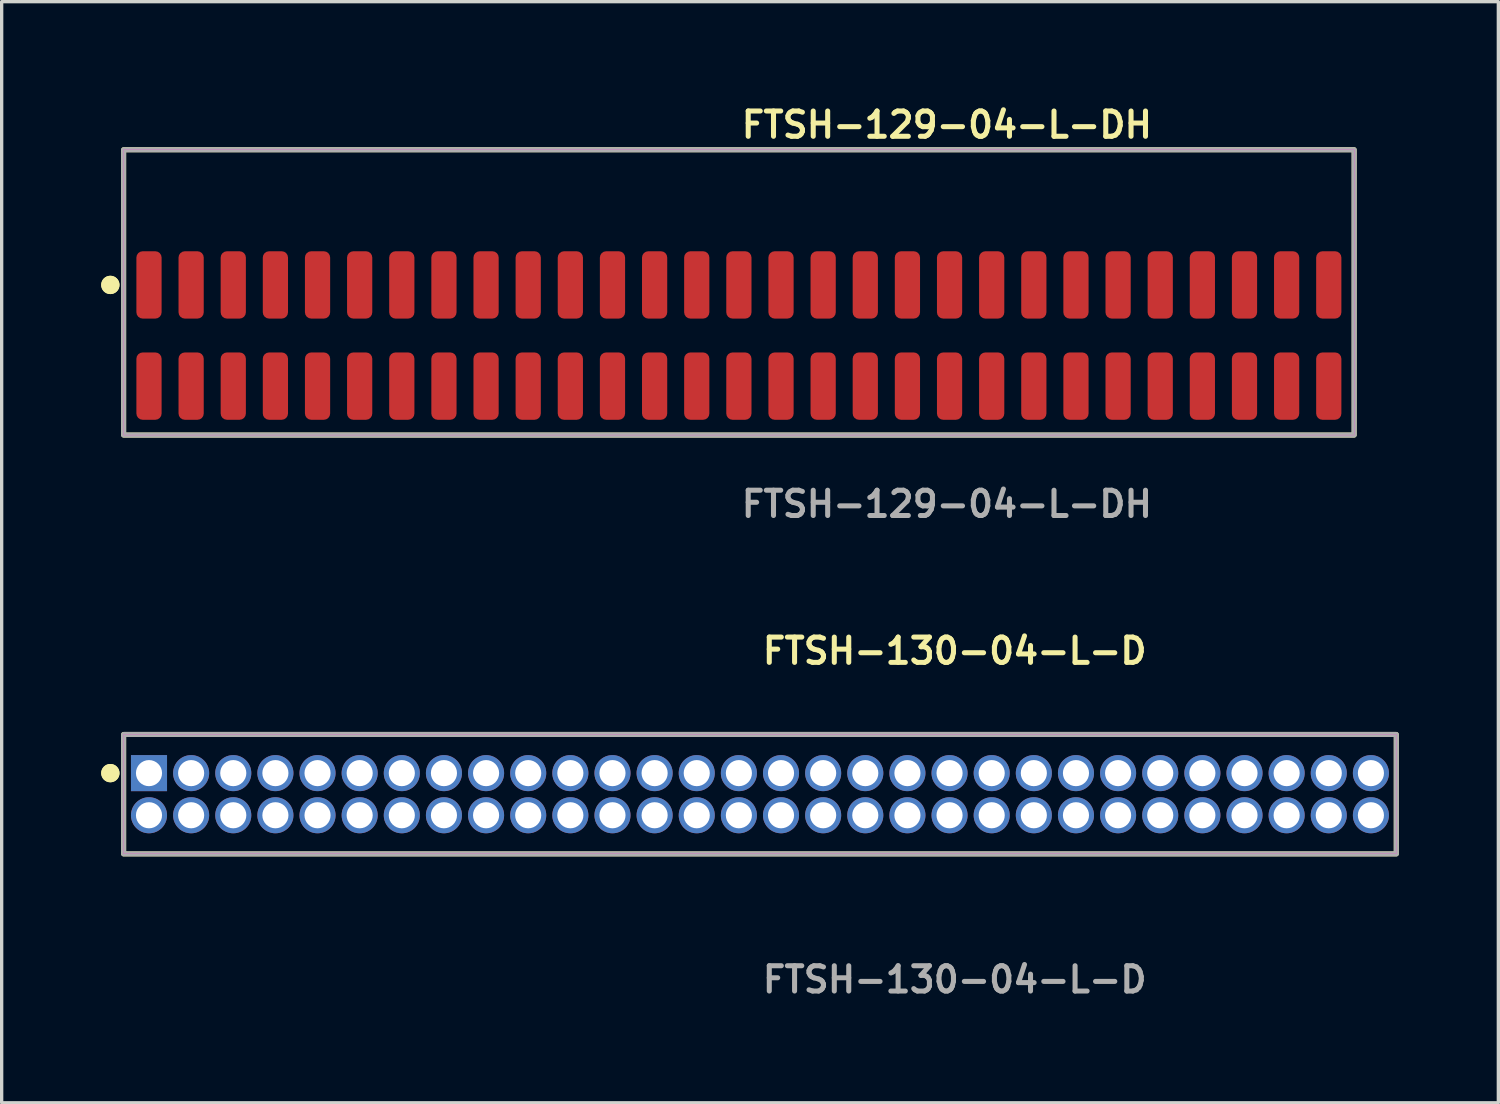
<source format=kicad_pcb>
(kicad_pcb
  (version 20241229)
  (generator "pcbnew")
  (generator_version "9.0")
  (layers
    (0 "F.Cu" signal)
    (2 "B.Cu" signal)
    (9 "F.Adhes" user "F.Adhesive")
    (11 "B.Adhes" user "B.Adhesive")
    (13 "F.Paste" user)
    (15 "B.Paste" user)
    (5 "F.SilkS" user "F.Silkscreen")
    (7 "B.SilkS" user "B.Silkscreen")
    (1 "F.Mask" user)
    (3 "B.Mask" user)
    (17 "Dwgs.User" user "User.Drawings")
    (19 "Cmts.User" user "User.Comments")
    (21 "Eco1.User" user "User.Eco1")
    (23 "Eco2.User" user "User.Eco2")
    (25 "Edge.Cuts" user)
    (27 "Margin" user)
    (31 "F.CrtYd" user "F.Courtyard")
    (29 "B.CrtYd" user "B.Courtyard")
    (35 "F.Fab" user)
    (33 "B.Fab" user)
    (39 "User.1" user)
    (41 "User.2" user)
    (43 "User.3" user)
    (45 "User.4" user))
  (footprint "FTSH-129-04-L-DH"
    (layer "F.Cu")
    (at 19.221 7.063)
    (property "Reference" "FTSH-129-04-L-DH" (at 0 -6.35 0) (unlocked yes) (layer "F.SilkS") (effects (font (size 0.762 0.762) (thickness 0.152)) (justify left)))
    (fp_rect (start -18.545 3) (end 18.545 -5.6) (stroke (width 0.152) (type solid)) (fill no) (layer "F.SilkS"))
    (fp_circle (center -18.945 -1.525) (end -19.145 -1.525) (stroke (width 0.152) (type solid)) (fill yes) (layer "F.SilkS"))
    (fp_circle (center -18.945 -1.525) (end -19.145 -1.525) (stroke (width 0.152) (type solid)) (fill yes) (layer "F.SilkS"))
    (fp_rect (start -18.545 3) (end 18.545 -5.6) (stroke (width 0.006) (type solid)) (fill no) (layer "F.CrtYd"))
    (fp_rect (start -18.545 3) (end 18.545 -5.6) (stroke (width 0.152) (type solid)) (fill no) (layer "F.Fab"))
    (fp_text user "${REFERENCE}" (at 0 5.08 0) (unlocked yes) (layer "F.Fab") (effects (font (size 0.762 0.762) (thickness 0.152)) (justify left)))
    (pad "1" smd roundrect (at -17.78 -1.525) (size 0.76 2.03) (layers "F.Cu" "F.Paste") (roundrect_rratio 0.25))
    (pad "2" smd roundrect (at -17.78 1.525) (size 0.76 2.03) (layers "F.Cu" "F.Paste") (roundrect_rratio 0.25))
    (pad "3" smd roundrect (at -16.51 -1.525) (size 0.76 2.03) (layers "F.Cu" "F.Paste") (roundrect_rratio 0.25))
    (pad "4" smd roundrect (at -16.51 1.525) (size 0.76 2.03) (layers "F.Cu" "F.Paste") (roundrect_rratio 0.25))
    (pad "5" smd roundrect (at -15.24 -1.525) (size 0.76 2.03) (layers "F.Cu" "F.Paste") (roundrect_rratio 0.25))
    (pad "6" smd roundrect (at -15.24 1.525) (size 0.76 2.03) (layers "F.Cu" "F.Paste") (roundrect_rratio 0.25))
    (pad "7" smd roundrect (at -13.97 -1.525) (size 0.76 2.03) (layers "F.Cu" "F.Paste") (roundrect_rratio 0.25))
    (pad "8" smd roundrect (at -13.97 1.525) (size 0.76 2.03) (layers "F.Cu" "F.Paste") (roundrect_rratio 0.25))
    (pad "9" smd roundrect (at -12.7 -1.525) (size 0.76 2.03) (layers "F.Cu" "F.Paste") (roundrect_rratio 0.25))
    (pad "10" smd roundrect (at -12.7 1.525) (size 0.76 2.03) (layers "F.Cu" "F.Paste") (roundrect_rratio 0.25))
    (pad "11" smd roundrect (at -11.43 -1.525) (size 0.76 2.03) (layers "F.Cu" "F.Paste") (roundrect_rratio 0.25))
    (pad "12" smd roundrect (at -11.43 1.525) (size 0.76 2.03) (layers "F.Cu" "F.Paste") (roundrect_rratio 0.25))
    (pad "13" smd roundrect (at -10.16 -1.525) (size 0.76 2.03) (layers "F.Cu" "F.Paste") (roundrect_rratio 0.25))
    (pad "14" smd roundrect (at -10.16 1.525) (size 0.76 2.03) (layers "F.Cu" "F.Paste") (roundrect_rratio 0.25))
    (pad "15" smd roundrect (at -8.89 -1.525) (size 0.76 2.03) (layers "F.Cu" "F.Paste") (roundrect_rratio 0.25))
    (pad "16" smd roundrect (at -8.89 1.525) (size 0.76 2.03) (layers "F.Cu" "F.Paste") (roundrect_rratio 0.25))
    (pad "17" smd roundrect (at -7.62 -1.525) (size 0.76 2.03) (layers "F.Cu" "F.Paste") (roundrect_rratio 0.25))
    (pad "18" smd roundrect (at -7.62 1.525) (size 0.76 2.03) (layers "F.Cu" "F.Paste") (roundrect_rratio 0.25))
    (pad "19" smd roundrect (at -6.35 -1.525) (size 0.76 2.03) (layers "F.Cu" "F.Paste") (roundrect_rratio 0.25))
    (pad "20" smd roundrect (at -6.35 1.525) (size 0.76 2.03) (layers "F.Cu" "F.Paste") (roundrect_rratio 0.25))
    (pad "21" smd roundrect (at -5.08 -1.525) (size 0.76 2.03) (layers "F.Cu" "F.Paste") (roundrect_rratio 0.25))
    (pad "22" smd roundrect (at -5.08 1.525) (size 0.76 2.03) (layers "F.Cu" "F.Paste") (roundrect_rratio 0.25))
    (pad "23" smd roundrect (at -3.81 -1.525) (size 0.76 2.03) (layers "F.Cu" "F.Paste") (roundrect_rratio 0.25))
    (pad "24" smd roundrect (at -3.81 1.525) (size 0.76 2.03) (layers "F.Cu" "F.Paste") (roundrect_rratio 0.25))
    (pad "25" smd roundrect (at -2.54 -1.525) (size 0.76 2.03) (layers "F.Cu" "F.Paste") (roundrect_rratio 0.25))
    (pad "26" smd roundrect (at -2.54 1.525) (size 0.76 2.03) (layers "F.Cu" "F.Paste") (roundrect_rratio 0.25))
    (pad "27" smd roundrect (at -1.27 -1.525) (size 0.76 2.03) (layers "F.Cu" "F.Paste") (roundrect_rratio 0.25))
    (pad "28" smd roundrect (at -1.27 1.525) (size 0.76 2.03) (layers "F.Cu" "F.Paste") (roundrect_rratio 0.25))
    (pad "29" smd roundrect (at 0 -1.525) (size 0.76 2.03) (layers "F.Cu" "F.Paste") (roundrect_rratio 0.25))
    (pad "30" smd roundrect (at 0 1.525) (size 0.76 2.03) (layers "F.Cu" "F.Paste") (roundrect_rratio 0.25))
    (pad "31" smd roundrect (at 1.27 -1.525) (size 0.76 2.03) (layers "F.Cu" "F.Paste") (roundrect_rratio 0.25))
    (pad "32" smd roundrect (at 1.27 1.525) (size 0.76 2.03) (layers "F.Cu" "F.Paste") (roundrect_rratio 0.25))
    (pad "33" smd roundrect (at 2.54 -1.525) (size 0.76 2.03) (layers "F.Cu" "F.Paste") (roundrect_rratio 0.25))
    (pad "34" smd roundrect (at 2.54 1.525) (size 0.76 2.03) (layers "F.Cu" "F.Paste") (roundrect_rratio 0.25))
    (pad "35" smd roundrect (at 3.81 -1.525) (size 0.76 2.03) (layers "F.Cu" "F.Paste") (roundrect_rratio 0.25))
    (pad "36" smd roundrect (at 3.81 1.525) (size 0.76 2.03) (layers "F.Cu" "F.Paste") (roundrect_rratio 0.25))
    (pad "37" smd roundrect (at 5.08 -1.525) (size 0.76 2.03) (layers "F.Cu" "F.Paste") (roundrect_rratio 0.25))
    (pad "38" smd roundrect (at 5.08 1.525) (size 0.76 2.03) (layers "F.Cu" "F.Paste") (roundrect_rratio 0.25))
    (pad "39" smd roundrect (at 6.35 -1.525) (size 0.76 2.03) (layers "F.Cu" "F.Paste") (roundrect_rratio 0.25))
    (pad "40" smd roundrect (at 6.35 1.525) (size 0.76 2.03) (layers "F.Cu" "F.Paste") (roundrect_rratio 0.25))
    (pad "41" smd roundrect (at 7.62 -1.525) (size 0.76 2.03) (layers "F.Cu" "F.Paste") (roundrect_rratio 0.25))
    (pad "42" smd roundrect (at 7.62 1.525) (size 0.76 2.03) (layers "F.Cu" "F.Paste") (roundrect_rratio 0.25))
    (pad "43" smd roundrect (at 8.89 -1.525) (size 0.76 2.03) (layers "F.Cu" "F.Paste") (roundrect_rratio 0.25))
    (pad "44" smd roundrect (at 8.89 1.525) (size 0.76 2.03) (layers "F.Cu" "F.Paste") (roundrect_rratio 0.25))
    (pad "45" smd roundrect (at 10.16 -1.525) (size 0.76 2.03) (layers "F.Cu" "F.Paste") (roundrect_rratio 0.25))
    (pad "46" smd roundrect (at 10.16 1.525) (size 0.76 2.03) (layers "F.Cu" "F.Paste") (roundrect_rratio 0.25))
    (pad "47" smd roundrect (at 11.43 -1.525) (size 0.76 2.03) (layers "F.Cu" "F.Paste") (roundrect_rratio 0.25))
    (pad "48" smd roundrect (at 11.43 1.525) (size 0.76 2.03) (layers "F.Cu" "F.Paste") (roundrect_rratio 0.25))
    (pad "49" smd roundrect (at 12.7 -1.525) (size 0.76 2.03) (layers "F.Cu" "F.Paste") (roundrect_rratio 0.25))
    (pad "50" smd roundrect (at 12.7 1.525) (size 0.76 2.03) (layers "F.Cu" "F.Paste") (roundrect_rratio 0.25))
    (pad "51" smd roundrect (at 13.97 -1.525) (size 0.76 2.03) (layers "F.Cu" "F.Paste") (roundrect_rratio 0.25))
    (pad "52" smd roundrect (at 13.97 1.525) (size 0.76 2.03) (layers "F.Cu" "F.Paste") (roundrect_rratio 0.25))
    (pad "53" smd roundrect (at 15.24 -1.525) (size 0.76 2.03) (layers "F.Cu" "F.Paste") (roundrect_rratio 0.25))
    (pad "54" smd roundrect (at 15.24 1.525) (size 0.76 2.03) (layers "F.Cu" "F.Paste") (roundrect_rratio 0.25))
    (pad "55" smd roundrect (at 16.51 -1.525) (size 0.76 2.03) (layers "F.Cu" "F.Paste") (roundrect_rratio 0.25))
    (pad "56" smd roundrect (at 16.51 1.525) (size 0.76 2.03) (layers "F.Cu" "F.Paste") (roundrect_rratio 0.25))
    (pad "57" smd roundrect (at 17.78 -1.525) (size 0.76 2.03) (layers "F.Cu" "F.Paste") (roundrect_rratio 0.25))
    (pad "58" smd roundrect (at 17.78 1.525) (size 0.76 2.03) (layers "F.Cu" "F.Paste") (roundrect_rratio 0.25)))
  (footprint "FTSH-130-04-L-D"
    (layer "F.Cu")
    (at 19.856 20.888)
    (property "Reference" "FTSH-130-04-L-D" (at 0 -4.318 0) (unlocked yes) (layer "F.SilkS") (effects (font (size 0.762 0.762) (thickness 0.152)) (justify left)))
    (fp_rect (start -19.18 1.8) (end 19.18 -1.8) (stroke (width 0.152) (type solid)) (fill no) (layer "F.SilkS"))
    (fp_circle (center -19.58 -0.635) (end -19.78 -0.635) (stroke (width 0.152) (type solid)) (fill yes) (layer "F.SilkS"))
    (fp_circle (center -19.58 -0.635) (end -19.78 -0.635) (stroke (width 0.152) (type solid)) (fill yes) (layer "F.SilkS"))
    (fp_rect (start -19.18 1.8) (end 19.18 -1.8) (stroke (width 0.006) (type solid)) (fill no) (layer "F.CrtYd"))
    (fp_rect (start -19.18 1.8) (end 19.18 -1.8) (stroke (width 0.152) (type solid)) (fill no) (layer "F.Fab"))
    (fp_text user "${REFERENCE}" (at 0 5.588 0) (unlocked yes) (layer "F.Fab") (effects (font (size 0.762 0.762) (thickness 0.152)) (justify left)))
    (pad "1" thru_hole rect (at -18.415 -0.635) (size 1.087 1.087) (drill 0.787) (layers "*.Cu" "*.Mask"))
    (pad "2" thru_hole circle (at -18.415 0.635) (size 1.087 1.087) (drill 0.787) (layers "*.Cu" "*.Mask"))
    (pad "3" thru_hole circle (at -17.145 -0.635) (size 1.087 1.087) (drill 0.787) (layers "*.Cu" "*.Mask"))
    (pad "4" thru_hole circle (at -17.145 0.635) (size 1.087 1.087) (drill 0.787) (layers "*.Cu" "*.Mask"))
    (pad "5" thru_hole circle (at -15.875 -0.635) (size 1.087 1.087) (drill 0.787) (layers "*.Cu" "*.Mask"))
    (pad "6" thru_hole circle (at -15.875 0.635) (size 1.087 1.087) (drill 0.787) (layers "*.Cu" "*.Mask"))
    (pad "7" thru_hole circle (at -14.605 -0.635) (size 1.087 1.087) (drill 0.787) (layers "*.Cu" "*.Mask"))
    (pad "8" thru_hole circle (at -14.605 0.635) (size 1.087 1.087) (drill 0.787) (layers "*.Cu" "*.Mask"))
    (pad "9" thru_hole circle (at -13.335 -0.635) (size 1.087 1.087) (drill 0.787) (layers "*.Cu" "*.Mask"))
    (pad "10" thru_hole circle (at -13.335 0.635) (size 1.087 1.087) (drill 0.787) (layers "*.Cu" "*.Mask"))
    (pad "11" thru_hole circle (at -12.065 -0.635) (size 1.087 1.087) (drill 0.787) (layers "*.Cu" "*.Mask"))
    (pad "12" thru_hole circle (at -12.065 0.635) (size 1.087 1.087) (drill 0.787) (layers "*.Cu" "*.Mask"))
    (pad "13" thru_hole circle (at -10.795 -0.635) (size 1.087 1.087) (drill 0.787) (layers "*.Cu" "*.Mask"))
    (pad "14" thru_hole circle (at -10.795 0.635) (size 1.087 1.087) (drill 0.787) (layers "*.Cu" "*.Mask"))
    (pad "15" thru_hole circle (at -9.525 -0.635) (size 1.087 1.087) (drill 0.787) (layers "*.Cu" "*.Mask"))
    (pad "16" thru_hole circle (at -9.525 0.635) (size 1.087 1.087) (drill 0.787) (layers "*.Cu" "*.Mask"))
    (pad "17" thru_hole circle (at -8.255 -0.635) (size 1.087 1.087) (drill 0.787) (layers "*.Cu" "*.Mask"))
    (pad "18" thru_hole circle (at -8.255 0.635) (size 1.087 1.087) (drill 0.787) (layers "*.Cu" "*.Mask"))
    (pad "19" thru_hole circle (at -6.985 -0.635) (size 1.087 1.087) (drill 0.787) (layers "*.Cu" "*.Mask"))
    (pad "20" thru_hole circle (at -6.985 0.635) (size 1.087 1.087) (drill 0.787) (layers "*.Cu" "*.Mask"))
    (pad "21" thru_hole circle (at -5.715 -0.635) (size 1.087 1.087) (drill 0.787) (layers "*.Cu" "*.Mask"))
    (pad "22" thru_hole circle (at -5.715 0.635) (size 1.087 1.087) (drill 0.787) (layers "*.Cu" "*.Mask"))
    (pad "23" thru_hole circle (at -4.445 -0.635) (size 1.087 1.087) (drill 0.787) (layers "*.Cu" "*.Mask"))
    (pad "24" thru_hole circle (at -4.445 0.635) (size 1.087 1.087) (drill 0.787) (layers "*.Cu" "*.Mask"))
    (pad "25" thru_hole circle (at -3.175 -0.635) (size 1.087 1.087) (drill 0.787) (layers "*.Cu" "*.Mask"))
    (pad "26" thru_hole circle (at -3.175 0.635) (size 1.087 1.087) (drill 0.787) (layers "*.Cu" "*.Mask"))
    (pad "27" thru_hole circle (at -1.905 -0.635) (size 1.087 1.087) (drill 0.787) (layers "*.Cu" "*.Mask"))
    (pad "28" thru_hole circle (at -1.905 0.635) (size 1.087 1.087) (drill 0.787) (layers "*.Cu" "*.Mask"))
    (pad "29" thru_hole circle (at -0.635 -0.635) (size 1.087 1.087) (drill 0.787) (layers "*.Cu" "*.Mask"))
    (pad "30" thru_hole circle (at -0.635 0.635) (size 1.087 1.087) (drill 0.787) (layers "*.Cu" "*.Mask"))
    (pad "31" thru_hole circle (at 0.635 -0.635) (size 1.087 1.087) (drill 0.787) (layers "*.Cu" "*.Mask"))
    (pad "32" thru_hole circle (at 0.635 0.635) (size 1.087 1.087) (drill 0.787) (layers "*.Cu" "*.Mask"))
    (pad "33" thru_hole circle (at 1.905 -0.635) (size 1.087 1.087) (drill 0.787) (layers "*.Cu" "*.Mask"))
    (pad "34" thru_hole circle (at 1.905 0.635) (size 1.087 1.087) (drill 0.787) (layers "*.Cu" "*.Mask"))
    (pad "35" thru_hole circle (at 3.175 -0.635) (size 1.087 1.087) (drill 0.787) (layers "*.Cu" "*.Mask"))
    (pad "36" thru_hole circle (at 3.175 0.635) (size 1.087 1.087) (drill 0.787) (layers "*.Cu" "*.Mask"))
    (pad "37" thru_hole circle (at 4.445 -0.635) (size 1.087 1.087) (drill 0.787) (layers "*.Cu" "*.Mask"))
    (pad "38" thru_hole circle (at 4.445 0.635) (size 1.087 1.087) (drill 0.787) (layers "*.Cu" "*.Mask"))
    (pad "39" thru_hole circle (at 5.715 -0.635) (size 1.087 1.087) (drill 0.787) (layers "*.Cu" "*.Mask"))
    (pad "40" thru_hole circle (at 5.715 0.635) (size 1.087 1.087) (drill 0.787) (layers "*.Cu" "*.Mask"))
    (pad "41" thru_hole circle (at 6.985 -0.635) (size 1.087 1.087) (drill 0.787) (layers "*.Cu" "*.Mask"))
    (pad "42" thru_hole circle (at 6.985 0.635) (size 1.087 1.087) (drill 0.787) (layers "*.Cu" "*.Mask"))
    (pad "43" thru_hole circle (at 8.255 -0.635) (size 1.087 1.087) (drill 0.787) (layers "*.Cu" "*.Mask"))
    (pad "44" thru_hole circle (at 8.255 0.635) (size 1.087 1.087) (drill 0.787) (layers "*.Cu" "*.Mask"))
    (pad "45" thru_hole circle (at 9.525 -0.635) (size 1.087 1.087) (drill 0.787) (layers "*.Cu" "*.Mask"))
    (pad "46" thru_hole circle (at 9.525 0.635) (size 1.087 1.087) (drill 0.787) (layers "*.Cu" "*.Mask"))
    (pad "47" thru_hole circle (at 10.795 -0.635) (size 1.087 1.087) (drill 0.787) (layers "*.Cu" "*.Mask"))
    (pad "48" thru_hole circle (at 10.795 0.635) (size 1.087 1.087) (drill 0.787) (layers "*.Cu" "*.Mask"))
    (pad "49" thru_hole circle (at 12.065 -0.635) (size 1.087 1.087) (drill 0.787) (layers "*.Cu" "*.Mask"))
    (pad "50" thru_hole circle (at 12.065 0.635) (size 1.087 1.087) (drill 0.787) (layers "*.Cu" "*.Mask"))
    (pad "51" thru_hole circle (at 13.335 -0.635) (size 1.087 1.087) (drill 0.787) (layers "*.Cu" "*.Mask"))
    (pad "52" thru_hole circle (at 13.335 0.635) (size 1.087 1.087) (drill 0.787) (layers "*.Cu" "*.Mask"))
    (pad "53" thru_hole circle (at 14.605 -0.635) (size 1.087 1.087) (drill 0.787) (layers "*.Cu" "*.Mask"))
    (pad "54" thru_hole circle (at 14.605 0.635) (size 1.087 1.087) (drill 0.787) (layers "*.Cu" "*.Mask"))
    (pad "55" thru_hole circle (at 15.875 -0.635) (size 1.087 1.087) (drill 0.787) (layers "*.Cu" "*.Mask"))
    (pad "56" thru_hole circle (at 15.875 0.635) (size 1.087 1.087) (drill 0.787) (layers "*.Cu" "*.Mask"))
    (pad "57" thru_hole circle (at 17.145 -0.635) (size 1.087 1.087) (drill 0.787) (layers "*.Cu" "*.Mask"))
    (pad "58" thru_hole circle (at 17.145 0.635) (size 1.087 1.087) (drill 0.787) (layers "*.Cu" "*.Mask"))
    (pad "59" thru_hole circle (at 18.415 -0.635) (size 1.087 1.087) (drill 0.787) (layers "*.Cu" "*.Mask"))
    (pad "60" thru_hole circle (at 18.415 0.635) (size 1.087 1.087) (drill 0.787) (layers "*.Cu" "*.Mask")))
  (gr_rect
    (start -3 -3)
    (end 42.112 30.189)
    (stroke (width 0.1) (type default))
    (fill no)
    (layer "Edge.Cuts")))
</source>
